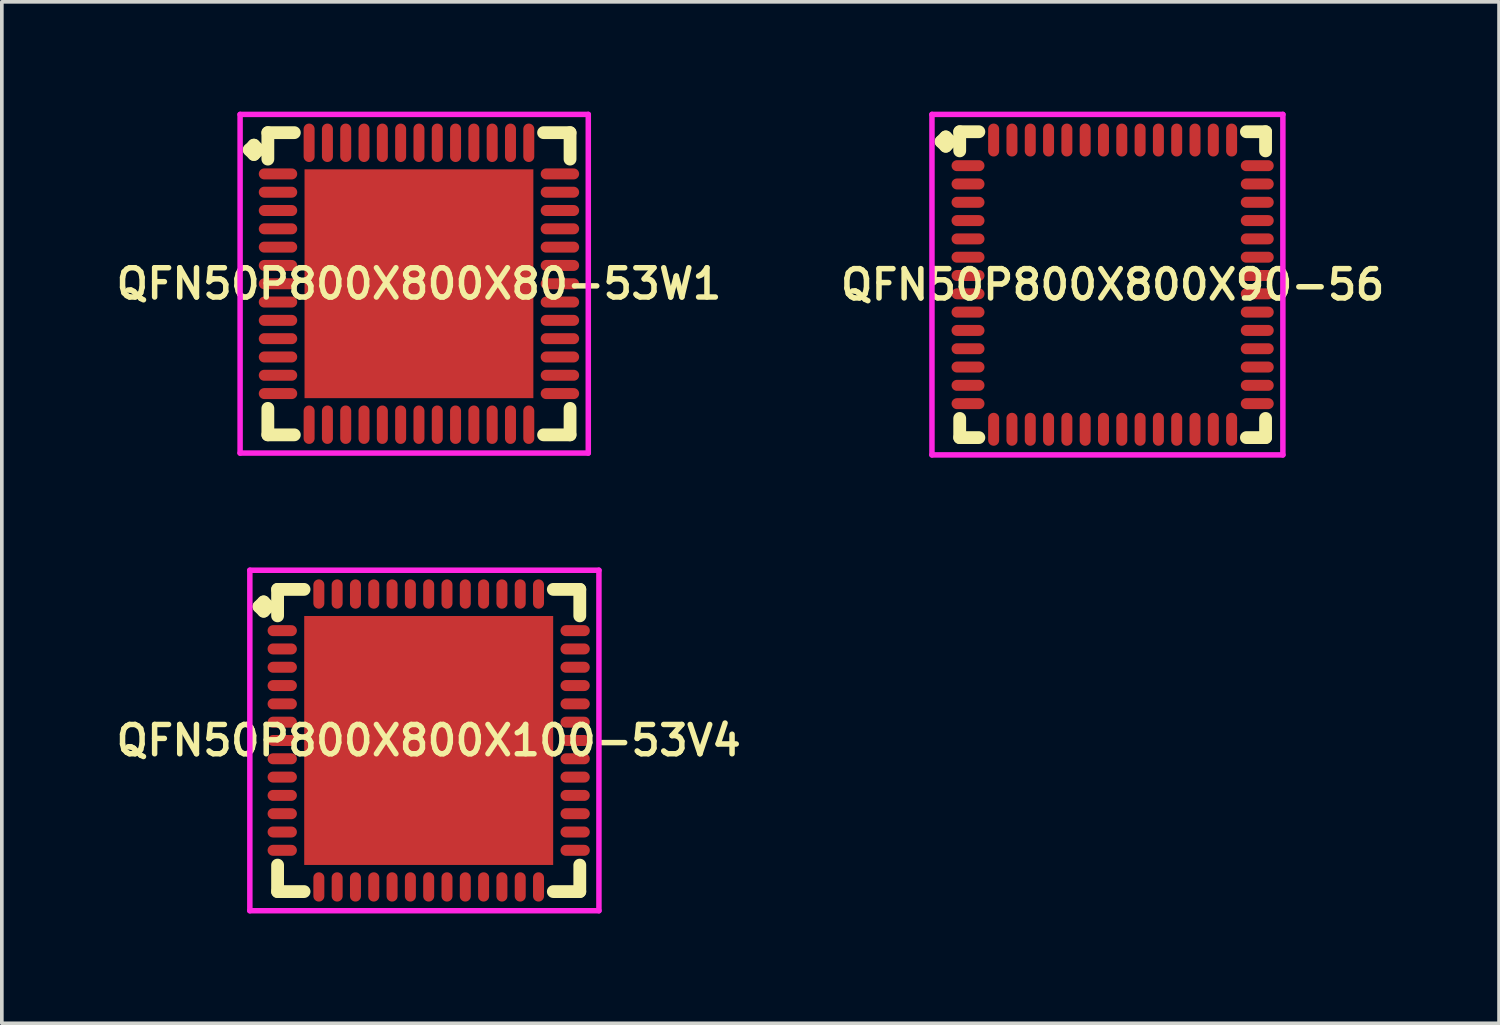
<source format=kicad_pcb>
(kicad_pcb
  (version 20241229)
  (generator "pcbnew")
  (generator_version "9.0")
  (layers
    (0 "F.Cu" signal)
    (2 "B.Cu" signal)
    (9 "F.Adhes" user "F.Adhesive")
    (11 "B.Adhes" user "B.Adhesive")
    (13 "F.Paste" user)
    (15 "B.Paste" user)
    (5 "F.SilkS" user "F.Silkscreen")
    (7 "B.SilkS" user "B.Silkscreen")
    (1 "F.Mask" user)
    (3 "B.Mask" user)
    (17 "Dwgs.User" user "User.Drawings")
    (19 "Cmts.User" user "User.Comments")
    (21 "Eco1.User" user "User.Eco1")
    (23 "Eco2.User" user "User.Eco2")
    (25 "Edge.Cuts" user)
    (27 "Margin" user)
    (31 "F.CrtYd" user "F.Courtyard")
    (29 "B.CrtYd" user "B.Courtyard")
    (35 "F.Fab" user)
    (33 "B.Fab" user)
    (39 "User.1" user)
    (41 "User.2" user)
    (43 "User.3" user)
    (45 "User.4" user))
  (footprint "QFN50P800X800X80-53W1"
    (layer "F.Cu")
    (at 8.393 4.7)
    (property "Reference" "QFN50P800X800X80-53W1" (at 0 0 0) (layer "F.SilkS") (effects (font (size 0.8 0.8) (thickness 0.15))))
    (attr smd)
    (fp_line (start -4.635 -3.658) (end -4.508 -3.785) (stroke (width 0.35) (type solid)) (layer "F.SilkS"))
    (fp_line (start -4.508 -3.785) (end -4.381 -3.658) (stroke (width 0.35) (type solid)) (layer "F.SilkS"))
    (fp_line (start -4.508 -3.531) (end -4.635 -3.658) (stroke (width 0.35) (type solid)) (layer "F.SilkS"))
    (fp_line (start -4.381 -3.658) (end -4.508 -3.531) (stroke (width 0.35) (type solid)) (layer "F.SilkS"))
    (fp_line (start -4.127 -4.127) (end -3.404 -4.127) (stroke (width 0.35) (type solid)) (layer "F.SilkS"))
    (fp_line (start -4.127 -3.404) (end -4.127 -4.127) (stroke (width 0.35) (type solid)) (layer "F.SilkS"))
    (fp_line (start -4.127 3.404) (end -4.127 4.127) (stroke (width 0.35) (type solid)) (layer "F.SilkS"))
    (fp_line (start -4.127 4.127) (end -3.404 4.127) (stroke (width 0.35) (type solid)) (layer "F.SilkS"))
    (fp_line (start 3.404 -4.127) (end 4.127 -4.127) (stroke (width 0.35) (type solid)) (layer "F.SilkS"))
    (fp_line (start 3.404 4.127) (end 4.127 4.127) (stroke (width 0.35) (type solid)) (layer "F.SilkS"))
    (fp_line (start 4.127 -4.127) (end 4.127 -3.404) (stroke (width 0.35) (type solid)) (layer "F.SilkS"))
    (fp_line (start 4.127 4.127) (end 4.127 3.404) (stroke (width 0.35) (type solid)) (layer "F.SilkS"))
    (fp_line (start -4.885 -4.625) (end 4.625 -4.625) (stroke (width 0.15) (type solid)) (layer "F.CrtYd"))
    (fp_line (start -4.885 4.625) (end -4.885 -4.625) (stroke (width 0.15) (type solid)) (layer "F.CrtYd"))
    (fp_line (start 4.625 -4.625) (end 4.625 4.625) (stroke (width 0.15) (type solid)) (layer "F.CrtYd"))
    (fp_line (start 4.625 4.625) (end -4.885 4.625) (stroke (width 0.15) (type solid)) (layer "F.CrtYd"))
    (pad "1" smd oval (at -3.85 -3) (size 1.05 0.3) (layers "F.Cu" "F.Mask" "F.Paste"))
    (pad "2" smd oval (at -3.85 -2.5) (size 1.05 0.3) (layers "F.Cu" "F.Mask" "F.Paste"))
    (pad "3" smd oval (at -3.85 -2) (size 1.05 0.3) (layers "F.Cu" "F.Mask" "F.Paste"))
    (pad "4" smd oval (at -3.85 -1.5) (size 1.05 0.3) (layers "F.Cu" "F.Mask" "F.Paste"))
    (pad "5" smd oval (at -3.85 -1) (size 1.05 0.3) (layers "F.Cu" "F.Mask" "F.Paste"))
    (pad "6" smd oval (at -3.85 -0.5) (size 1.05 0.3) (layers "F.Cu" "F.Mask" "F.Paste"))
    (pad "7" smd oval (at -3.85 0) (size 1.05 0.3) (layers "F.Cu" "F.Mask" "F.Paste"))
    (pad "8" smd oval (at -3.85 0.5) (size 1.05 0.3) (layers "F.Cu" "F.Mask" "F.Paste"))
    (pad "9" smd oval (at -3.85 1) (size 1.05 0.3) (layers "F.Cu" "F.Mask" "F.Paste"))
    (pad "10" smd oval (at -3.85 1.5) (size 1.05 0.3) (layers "F.Cu" "F.Mask" "F.Paste"))
    (pad "11" smd oval (at -3.85 2) (size 1.05 0.3) (layers "F.Cu" "F.Mask" "F.Paste"))
    (pad "12" smd oval (at -3.85 2.5) (size 1.05 0.3) (layers "F.Cu" "F.Mask" "F.Paste"))
    (pad "13" smd oval (at -3.85 3) (size 1.05 0.3) (layers "F.Cu" "F.Mask" "F.Paste"))
    (pad "14" smd oval (at -3 3.85) (size 0.3 1.05) (layers "F.Cu" "F.Mask" "F.Paste"))
    (pad "15" smd oval (at -2.5 3.85) (size 0.3 1.05) (layers "F.Cu" "F.Mask" "F.Paste"))
    (pad "16" smd oval (at -2 3.85) (size 0.3 1.05) (layers "F.Cu" "F.Mask" "F.Paste"))
    (pad "17" smd oval (at -1.5 3.85) (size 0.3 1.05) (layers "F.Cu" "F.Mask" "F.Paste"))
    (pad "18" smd oval (at -1 3.85) (size 0.3 1.05) (layers "F.Cu" "F.Mask" "F.Paste"))
    (pad "19" smd oval (at -0.5 3.85) (size 0.3 1.05) (layers "F.Cu" "F.Mask" "F.Paste"))
    (pad "20" smd oval (at 0 3.85) (size 0.3 1.05) (layers "F.Cu" "F.Mask" "F.Paste"))
    (pad "21" smd oval (at 0.5 3.85) (size 0.3 1.05) (layers "F.Cu" "F.Mask" "F.Paste"))
    (pad "22" smd oval (at 1 3.85) (size 0.3 1.05) (layers "F.Cu" "F.Mask" "F.Paste"))
    (pad "23" smd oval (at 1.5 3.85) (size 0.3 1.05) (layers "F.Cu" "F.Mask" "F.Paste"))
    (pad "24" smd oval (at 2 3.85) (size 0.3 1.05) (layers "F.Cu" "F.Mask" "F.Paste"))
    (pad "25" smd oval (at 2.5 3.85) (size 0.3 1.05) (layers "F.Cu" "F.Mask" "F.Paste"))
    (pad "26" smd oval (at 3 3.85) (size 0.3 1.05) (layers "F.Cu" "F.Mask" "F.Paste"))
    (pad "27" smd oval (at 3.85 3) (size 1.05 0.3) (layers "F.Cu" "F.Mask" "F.Paste"))
    (pad "28" smd oval (at 3.85 2.5) (size 1.05 0.3) (layers "F.Cu" "F.Mask" "F.Paste"))
    (pad "29" smd oval (at 3.85 2) (size 1.05 0.3) (layers "F.Cu" "F.Mask" "F.Paste"))
    (pad "30" smd oval (at 3.85 1.5) (size 1.05 0.3) (layers "F.Cu" "F.Mask" "F.Paste"))
    (pad "31" smd oval (at 3.85 1) (size 1.05 0.3) (layers "F.Cu" "F.Mask" "F.Paste"))
    (pad "32" smd oval (at 3.85 0.5) (size 1.05 0.3) (layers "F.Cu" "F.Mask" "F.Paste"))
    (pad "33" smd oval (at 3.85 0) (size 1.05 0.3) (layers "F.Cu" "F.Mask" "F.Paste"))
    (pad "34" smd oval (at 3.85 -0.5) (size 1.05 0.3) (layers "F.Cu" "F.Mask" "F.Paste"))
    (pad "35" smd oval (at 3.85 -1) (size 1.05 0.3) (layers "F.Cu" "F.Mask" "F.Paste"))
    (pad "36" smd oval (at 3.85 -1.5) (size 1.05 0.3) (layers "F.Cu" "F.Mask" "F.Paste"))
    (pad "37" smd oval (at 3.85 -2) (size 1.05 0.3) (layers "F.Cu" "F.Mask" "F.Paste"))
    (pad "38" smd oval (at 3.85 -2.5) (size 1.05 0.3) (layers "F.Cu" "F.Mask" "F.Paste"))
    (pad "39" smd oval (at 3.85 -3) (size 1.05 0.3) (layers "F.Cu" "F.Mask" "F.Paste"))
    (pad "40" smd oval (at 3 -3.85) (size 0.3 1.05) (layers "F.Cu" "F.Mask" "F.Paste"))
    (pad "41" smd oval (at 2.5 -3.85) (size 0.3 1.05) (layers "F.Cu" "F.Mask" "F.Paste"))
    (pad "42" smd oval (at 2 -3.85) (size 0.3 1.05) (layers "F.Cu" "F.Mask" "F.Paste"))
    (pad "43" smd oval (at 1.5 -3.85) (size 0.3 1.05) (layers "F.Cu" "F.Mask" "F.Paste"))
    (pad "44" smd oval (at 1 -3.85) (size 0.3 1.05) (layers "F.Cu" "F.Mask" "F.Paste"))
    (pad "45" smd oval (at 0.5 -3.85) (size 0.3 1.05) (layers "F.Cu" "F.Mask" "F.Paste"))
    (pad "46" smd oval (at 0 -3.85) (size 0.3 1.05) (layers "F.Cu" "F.Mask" "F.Paste"))
    (pad "47" smd oval (at -0.5 -3.85) (size 0.3 1.05) (layers "F.Cu" "F.Mask" "F.Paste"))
    (pad "48" smd oval (at -1 -3.85) (size 0.3 1.05) (layers "F.Cu" "F.Mask" "F.Paste"))
    (pad "49" smd oval (at -1.5 -3.85) (size 0.3 1.05) (layers "F.Cu" "F.Mask" "F.Paste"))
    (pad "50" smd oval (at -2 -3.85) (size 0.3 1.05) (layers "F.Cu" "F.Mask" "F.Paste"))
    (pad "51" smd oval (at -2.5 -3.85) (size 0.3 1.05) (layers "F.Cu" "F.Mask" "F.Paste"))
    (pad "52" smd oval (at -3 -3.85) (size 0.3 1.05) (layers "F.Cu" "F.Mask" "F.Paste"))
    (pad "53" smd rect (at 0 0) (size 6.25 6.25) (layers "F.Cu" "F.Mask" "F.Paste")))
  (footprint "QFN50P800X800X90-56"
    (layer "F.Cu")
    (at 27.34 4.725)
    (property "Reference" "QFN50P800X800X90-56" (at 0 0 0) (layer "F.SilkS") (effects (font (size 0.8 0.8) (thickness 0.15))))
    (attr smd)
    (fp_line (start -4.685 -3.908) (end -4.558 -4.035) (stroke (width 0.35) (type solid)) (layer "F.SilkS"))
    (fp_line (start -4.558 -4.035) (end -4.431 -3.908) (stroke (width 0.35) (type solid)) (layer "F.SilkS"))
    (fp_line (start -4.558 -3.781) (end -4.685 -3.908) (stroke (width 0.35) (type solid)) (layer "F.SilkS"))
    (fp_line (start -4.431 -3.908) (end -4.558 -3.781) (stroke (width 0.35) (type solid)) (layer "F.SilkS"))
    (fp_line (start -4.177 -4.177) (end -3.654 -4.177) (stroke (width 0.35) (type solid)) (layer "F.SilkS"))
    (fp_line (start -4.177 -3.654) (end -4.177 -4.177) (stroke (width 0.35) (type solid)) (layer "F.SilkS"))
    (fp_line (start -4.177 3.654) (end -4.177 4.177) (stroke (width 0.35) (type solid)) (layer "F.SilkS"))
    (fp_line (start -4.177 4.177) (end -3.654 4.177) (stroke (width 0.35) (type solid)) (layer "F.SilkS"))
    (fp_line (start 3.654 -4.177) (end 4.177 -4.177) (stroke (width 0.35) (type solid)) (layer "F.SilkS"))
    (fp_line (start 3.654 4.177) (end 4.177 4.177) (stroke (width 0.35) (type solid)) (layer "F.SilkS"))
    (fp_line (start 4.177 -4.177) (end 4.177 -3.654) (stroke (width 0.35) (type solid)) (layer "F.SilkS"))
    (fp_line (start 4.177 4.177) (end 4.177 3.654) (stroke (width 0.35) (type solid)) (layer "F.SilkS"))
    (fp_line (start -4.935 -4.65) (end 4.65 -4.65) (stroke (width 0.15) (type solid)) (layer "F.CrtYd"))
    (fp_line (start -4.935 4.65) (end -4.935 -4.65) (stroke (width 0.15) (type solid)) (layer "F.CrtYd"))
    (fp_line (start 4.65 -4.65) (end 4.65 4.65) (stroke (width 0.15) (type solid)) (layer "F.CrtYd"))
    (fp_line (start 4.65 4.65) (end -4.935 4.65) (stroke (width 0.15) (type solid)) (layer "F.CrtYd"))
    (pad "1" smd oval (at -3.95 -3.25) (size 0.9 0.3) (layers "F.Cu" "F.Mask" "F.Paste"))
    (pad "2" smd oval (at -3.95 -2.75) (size 0.9 0.3) (layers "F.Cu" "F.Mask" "F.Paste"))
    (pad "3" smd oval (at -3.95 -2.25) (size 0.9 0.3) (layers "F.Cu" "F.Mask" "F.Paste"))
    (pad "4" smd oval (at -3.95 -1.75) (size 0.9 0.3) (layers "F.Cu" "F.Mask" "F.Paste"))
    (pad "5" smd oval (at -3.95 -1.25) (size 0.9 0.3) (layers "F.Cu" "F.Mask" "F.Paste"))
    (pad "6" smd oval (at -3.95 -0.75) (size 0.9 0.3) (layers "F.Cu" "F.Mask" "F.Paste"))
    (pad "7" smd oval (at -3.95 -0.25) (size 0.9 0.3) (layers "F.Cu" "F.Mask" "F.Paste"))
    (pad "8" smd oval (at -3.95 0.25) (size 0.9 0.3) (layers "F.Cu" "F.Mask" "F.Paste"))
    (pad "9" smd oval (at -3.95 0.75) (size 0.9 0.3) (layers "F.Cu" "F.Mask" "F.Paste"))
    (pad "10" smd oval (at -3.95 1.25) (size 0.9 0.3) (layers "F.Cu" "F.Mask" "F.Paste"))
    (pad "11" smd oval (at -3.95 1.75) (size 0.9 0.3) (layers "F.Cu" "F.Mask" "F.Paste"))
    (pad "12" smd oval (at -3.95 2.25) (size 0.9 0.3) (layers "F.Cu" "F.Mask" "F.Paste"))
    (pad "13" smd oval (at -3.95 2.75) (size 0.9 0.3) (layers "F.Cu" "F.Mask" "F.Paste"))
    (pad "14" smd oval (at -3.95 3.25) (size 0.9 0.3) (layers "F.Cu" "F.Mask" "F.Paste"))
    (pad "15" smd oval (at -3.25 3.95) (size 0.3 0.9) (layers "F.Cu" "F.Mask" "F.Paste"))
    (pad "16" smd oval (at -2.75 3.95) (size 0.3 0.9) (layers "F.Cu" "F.Mask" "F.Paste"))
    (pad "17" smd oval (at -2.25 3.95) (size 0.3 0.9) (layers "F.Cu" "F.Mask" "F.Paste"))
    (pad "18" smd oval (at -1.75 3.95) (size 0.3 0.9) (layers "F.Cu" "F.Mask" "F.Paste"))
    (pad "19" smd oval (at -1.25 3.95) (size 0.3 0.9) (layers "F.Cu" "F.Mask" "F.Paste"))
    (pad "20" smd oval (at -0.75 3.95) (size 0.3 0.9) (layers "F.Cu" "F.Mask" "F.Paste"))
    (pad "21" smd oval (at -0.25 3.95) (size 0.3 0.9) (layers "F.Cu" "F.Mask" "F.Paste"))
    (pad "22" smd oval (at 0.25 3.95) (size 0.3 0.9) (layers "F.Cu" "F.Mask" "F.Paste"))
    (pad "23" smd oval (at 0.75 3.95) (size 0.3 0.9) (layers "F.Cu" "F.Mask" "F.Paste"))
    (pad "24" smd oval (at 1.25 3.95) (size 0.3 0.9) (layers "F.Cu" "F.Mask" "F.Paste"))
    (pad "25" smd oval (at 1.75 3.95) (size 0.3 0.9) (layers "F.Cu" "F.Mask" "F.Paste"))
    (pad "26" smd oval (at 2.25 3.95) (size 0.3 0.9) (layers "F.Cu" "F.Mask" "F.Paste"))
    (pad "27" smd oval (at 2.75 3.95) (size 0.3 0.9) (layers "F.Cu" "F.Mask" "F.Paste"))
    (pad "28" smd oval (at 3.25 3.95) (size 0.3 0.9) (layers "F.Cu" "F.Mask" "F.Paste"))
    (pad "29" smd oval (at 3.95 3.25) (size 0.9 0.3) (layers "F.Cu" "F.Mask" "F.Paste"))
    (pad "30" smd oval (at 3.95 2.75) (size 0.9 0.3) (layers "F.Cu" "F.Mask" "F.Paste"))
    (pad "31" smd oval (at 3.95 2.25) (size 0.9 0.3) (layers "F.Cu" "F.Mask" "F.Paste"))
    (pad "32" smd oval (at 3.95 1.75) (size 0.9 0.3) (layers "F.Cu" "F.Mask" "F.Paste"))
    (pad "33" smd oval (at 3.95 1.25) (size 0.9 0.3) (layers "F.Cu" "F.Mask" "F.Paste"))
    (pad "34" smd oval (at 3.95 0.75) (size 0.9 0.3) (layers "F.Cu" "F.Mask" "F.Paste"))
    (pad "35" smd oval (at 3.95 0.25) (size 0.9 0.3) (layers "F.Cu" "F.Mask" "F.Paste"))
    (pad "36" smd oval (at 3.95 -0.25) (size 0.9 0.3) (layers "F.Cu" "F.Mask" "F.Paste"))
    (pad "37" smd oval (at 3.95 -0.75) (size 0.9 0.3) (layers "F.Cu" "F.Mask" "F.Paste"))
    (pad "38" smd oval (at 3.95 -1.25) (size 0.9 0.3) (layers "F.Cu" "F.Mask" "F.Paste"))
    (pad "39" smd oval (at 3.95 -1.75) (size 0.9 0.3) (layers "F.Cu" "F.Mask" "F.Paste"))
    (pad "40" smd oval (at 3.95 -2.25) (size 0.9 0.3) (layers "F.Cu" "F.Mask" "F.Paste"))
    (pad "41" smd oval (at 3.95 -2.75) (size 0.9 0.3) (layers "F.Cu" "F.Mask" "F.Paste"))
    (pad "42" smd oval (at 3.95 -3.25) (size 0.9 0.3) (layers "F.Cu" "F.Mask" "F.Paste"))
    (pad "43" smd oval (at 3.25 -3.95) (size 0.3 0.9) (layers "F.Cu" "F.Mask" "F.Paste"))
    (pad "44" smd oval (at 2.75 -3.95) (size 0.3 0.9) (layers "F.Cu" "F.Mask" "F.Paste"))
    (pad "45" smd oval (at 2.25 -3.95) (size 0.3 0.9) (layers "F.Cu" "F.Mask" "F.Paste"))
    (pad "46" smd oval (at 1.75 -3.95) (size 0.3 0.9) (layers "F.Cu" "F.Mask" "F.Paste"))
    (pad "47" smd oval (at 1.25 -3.95) (size 0.3 0.9) (layers "F.Cu" "F.Mask" "F.Paste"))
    (pad "48" smd oval (at 0.75 -3.95) (size 0.3 0.9) (layers "F.Cu" "F.Mask" "F.Paste"))
    (pad "49" smd oval (at 0.25 -3.95) (size 0.3 0.9) (layers "F.Cu" "F.Mask" "F.Paste"))
    (pad "50" smd oval (at -0.25 -3.95) (size 0.3 0.9) (layers "F.Cu" "F.Mask" "F.Paste"))
    (pad "51" smd oval (at -0.75 -3.95) (size 0.3 0.9) (layers "F.Cu" "F.Mask" "F.Paste"))
    (pad "52" smd oval (at -1.25 -3.95) (size 0.3 0.9) (layers "F.Cu" "F.Mask" "F.Paste"))
    (pad "53" smd oval (at -1.75 -3.95) (size 0.3 0.9) (layers "F.Cu" "F.Mask" "F.Paste"))
    (pad "54" smd oval (at -2.25 -3.95) (size 0.3 0.9) (layers "F.Cu" "F.Mask" "F.Paste"))
    (pad "55" smd oval (at -2.75 -3.95) (size 0.3 0.9) (layers "F.Cu" "F.Mask" "F.Paste"))
    (pad "56" smd oval (at -3.25 -3.95) (size 0.3 0.9) (layers "F.Cu" "F.Mask" "F.Paste")))
  (footprint "QFN50P800X800X100-53V4"
    (layer "F.Cu")
    (at 8.659 17.175)
    (property "Reference" "QFN50P800X800X100-53V4" (at 0 0 0) (layer "F.SilkS") (effects (font (size 0.8 0.8) (thickness 0.15))))
    (attr smd)
    (fp_line (start -4.635 -3.658) (end -4.508 -3.785) (stroke (width 0.35) (type solid)) (layer "F.SilkS"))
    (fp_line (start -4.508 -3.785) (end -4.381 -3.658) (stroke (width 0.35) (type solid)) (layer "F.SilkS"))
    (fp_line (start -4.508 -3.531) (end -4.635 -3.658) (stroke (width 0.35) (type solid)) (layer "F.SilkS"))
    (fp_line (start -4.381 -3.658) (end -4.508 -3.531) (stroke (width 0.35) (type solid)) (layer "F.SilkS"))
    (fp_line (start -4.127 -4.127) (end -3.404 -4.127) (stroke (width 0.35) (type solid)) (layer "F.SilkS"))
    (fp_line (start -4.127 -3.404) (end -4.127 -4.127) (stroke (width 0.35) (type solid)) (layer "F.SilkS"))
    (fp_line (start -4.127 3.404) (end -4.127 4.127) (stroke (width 0.35) (type solid)) (layer "F.SilkS"))
    (fp_line (start -4.127 4.127) (end -3.404 4.127) (stroke (width 0.35) (type solid)) (layer "F.SilkS"))
    (fp_line (start 3.404 -4.127) (end 4.127 -4.127) (stroke (width 0.35) (type solid)) (layer "F.SilkS"))
    (fp_line (start 3.404 4.127) (end 4.127 4.127) (stroke (width 0.35) (type solid)) (layer "F.SilkS"))
    (fp_line (start 4.127 -4.127) (end 4.127 -3.404) (stroke (width 0.35) (type solid)) (layer "F.SilkS"))
    (fp_line (start 4.127 4.127) (end 4.127 3.404) (stroke (width 0.35) (type solid)) (layer "F.SilkS"))
    (fp_line (start -4.885 -4.65) (end 4.65 -4.65) (stroke (width 0.15) (type solid)) (layer "F.CrtYd"))
    (fp_line (start -4.885 4.65) (end -4.885 -4.65) (stroke (width 0.15) (type solid)) (layer "F.CrtYd"))
    (fp_line (start 4.65 -4.65) (end 4.65 4.65) (stroke (width 0.15) (type solid)) (layer "F.CrtYd"))
    (fp_line (start 4.65 4.65) (end -4.885 4.65) (stroke (width 0.15) (type solid)) (layer "F.CrtYd"))
    (pad "1" smd oval (at -4 -3) (size 0.8 0.3) (layers "F.Cu" "F.Mask" "F.Paste"))
    (pad "2" smd oval (at -4 -2.5) (size 0.8 0.3) (layers "F.Cu" "F.Mask" "F.Paste"))
    (pad "3" smd oval (at -4 -2) (size 0.8 0.3) (layers "F.Cu" "F.Mask" "F.Paste"))
    (pad "4" smd oval (at -4 -1.5) (size 0.8 0.3) (layers "F.Cu" "F.Mask" "F.Paste"))
    (pad "5" smd oval (at -4 -1) (size 0.8 0.3) (layers "F.Cu" "F.Mask" "F.Paste"))
    (pad "6" smd oval (at -4 -0.5) (size 0.8 0.3) (layers "F.Cu" "F.Mask" "F.Paste"))
    (pad "7" smd oval (at -4 0) (size 0.8 0.3) (layers "F.Cu" "F.Mask" "F.Paste"))
    (pad "8" smd oval (at -4 0.5) (size 0.8 0.3) (layers "F.Cu" "F.Mask" "F.Paste"))
    (pad "9" smd oval (at -4 1) (size 0.8 0.3) (layers "F.Cu" "F.Mask" "F.Paste"))
    (pad "10" smd oval (at -4 1.5) (size 0.8 0.3) (layers "F.Cu" "F.Mask" "F.Paste"))
    (pad "11" smd oval (at -4 2) (size 0.8 0.3) (layers "F.Cu" "F.Mask" "F.Paste"))
    (pad "12" smd oval (at -4 2.5) (size 0.8 0.3) (layers "F.Cu" "F.Mask" "F.Paste"))
    (pad "13" smd oval (at -4 3) (size 0.8 0.3) (layers "F.Cu" "F.Mask" "F.Paste"))
    (pad "14" smd oval (at -3 4) (size 0.3 0.8) (layers "F.Cu" "F.Mask" "F.Paste"))
    (pad "15" smd oval (at -2.5 4) (size 0.3 0.8) (layers "F.Cu" "F.Mask" "F.Paste"))
    (pad "16" smd oval (at -2 4) (size 0.3 0.8) (layers "F.Cu" "F.Mask" "F.Paste"))
    (pad "17" smd oval (at -1.5 4) (size 0.3 0.8) (layers "F.Cu" "F.Mask" "F.Paste"))
    (pad "18" smd oval (at -1 4) (size 0.3 0.8) (layers "F.Cu" "F.Mask" "F.Paste"))
    (pad "19" smd oval (at -0.5 4) (size 0.3 0.8) (layers "F.Cu" "F.Mask" "F.Paste"))
    (pad "20" smd oval (at 0 4) (size 0.3 0.8) (layers "F.Cu" "F.Mask" "F.Paste"))
    (pad "21" smd oval (at 0.5 4) (size 0.3 0.8) (layers "F.Cu" "F.Mask" "F.Paste"))
    (pad "22" smd oval (at 1 4) (size 0.3 0.8) (layers "F.Cu" "F.Mask" "F.Paste"))
    (pad "23" smd oval (at 1.5 4) (size 0.3 0.8) (layers "F.Cu" "F.Mask" "F.Paste"))
    (pad "24" smd oval (at 2 4) (size 0.3 0.8) (layers "F.Cu" "F.Mask" "F.Paste"))
    (pad "25" smd oval (at 2.5 4) (size 0.3 0.8) (layers "F.Cu" "F.Mask" "F.Paste"))
    (pad "26" smd oval (at 3 4) (size 0.3 0.8) (layers "F.Cu" "F.Mask" "F.Paste"))
    (pad "27" smd oval (at 4 3) (size 0.8 0.3) (layers "F.Cu" "F.Mask" "F.Paste"))
    (pad "28" smd oval (at 4 2.5) (size 0.8 0.3) (layers "F.Cu" "F.Mask" "F.Paste"))
    (pad "29" smd oval (at 4 2) (size 0.8 0.3) (layers "F.Cu" "F.Mask" "F.Paste"))
    (pad "30" smd oval (at 4 1.5) (size 0.8 0.3) (layers "F.Cu" "F.Mask" "F.Paste"))
    (pad "31" smd oval (at 4 1) (size 0.8 0.3) (layers "F.Cu" "F.Mask" "F.Paste"))
    (pad "32" smd oval (at 4 0.5) (size 0.8 0.3) (layers "F.Cu" "F.Mask" "F.Paste"))
    (pad "33" smd oval (at 4 0) (size 0.8 0.3) (layers "F.Cu" "F.Mask" "F.Paste"))
    (pad "34" smd oval (at 4 -0.5) (size 0.8 0.3) (layers "F.Cu" "F.Mask" "F.Paste"))
    (pad "35" smd oval (at 4 -1) (size 0.8 0.3) (layers "F.Cu" "F.Mask" "F.Paste"))
    (pad "36" smd oval (at 4 -1.5) (size 0.8 0.3) (layers "F.Cu" "F.Mask" "F.Paste"))
    (pad "37" smd oval (at 4 -2) (size 0.8 0.3) (layers "F.Cu" "F.Mask" "F.Paste"))
    (pad "38" smd oval (at 4 -2.5) (size 0.8 0.3) (layers "F.Cu" "F.Mask" "F.Paste"))
    (pad "39" smd oval (at 4 -3) (size 0.8 0.3) (layers "F.Cu" "F.Mask" "F.Paste"))
    (pad "40" smd oval (at 3 -4) (size 0.3 0.8) (layers "F.Cu" "F.Mask" "F.Paste"))
    (pad "41" smd oval (at 2.5 -4) (size 0.3 0.8) (layers "F.Cu" "F.Mask" "F.Paste"))
    (pad "42" smd oval (at 2 -4) (size 0.3 0.8) (layers "F.Cu" "F.Mask" "F.Paste"))
    (pad "43" smd oval (at 1.5 -4) (size 0.3 0.8) (layers "F.Cu" "F.Mask" "F.Paste"))
    (pad "44" smd oval (at 1 -4) (size 0.3 0.8) (layers "F.Cu" "F.Mask" "F.Paste"))
    (pad "45" smd oval (at 0.5 -4) (size 0.3 0.8) (layers "F.Cu" "F.Mask" "F.Paste"))
    (pad "46" smd oval (at 0 -4) (size 0.3 0.8) (layers "F.Cu" "F.Mask" "F.Paste"))
    (pad "47" smd oval (at -0.5 -4) (size 0.3 0.8) (layers "F.Cu" "F.Mask" "F.Paste"))
    (pad "48" smd oval (at -1 -4) (size 0.3 0.8) (layers "F.Cu" "F.Mask" "F.Paste"))
    (pad "49" smd oval (at -1.5 -4) (size 0.3 0.8) (layers "F.Cu" "F.Mask" "F.Paste"))
    (pad "50" smd oval (at -2 -4) (size 0.3 0.8) (layers "F.Cu" "F.Mask" "F.Paste"))
    (pad "51" smd oval (at -2.5 -4) (size 0.3 0.8) (layers "F.Cu" "F.Mask" "F.Paste"))
    (pad "52" smd oval (at -3 -4) (size 0.3 0.8) (layers "F.Cu" "F.Mask" "F.Paste"))
    (pad "53" smd rect (at 0 0) (size 6.8 6.8) (layers "F.Cu" "F.Mask" "F.Paste")))
  (gr_rect
    (start -3 -3)
    (end 37.894 24.9)
    (stroke (width 0.1) (type default))
    (fill no)
    (layer "Edge.Cuts")))
</source>
